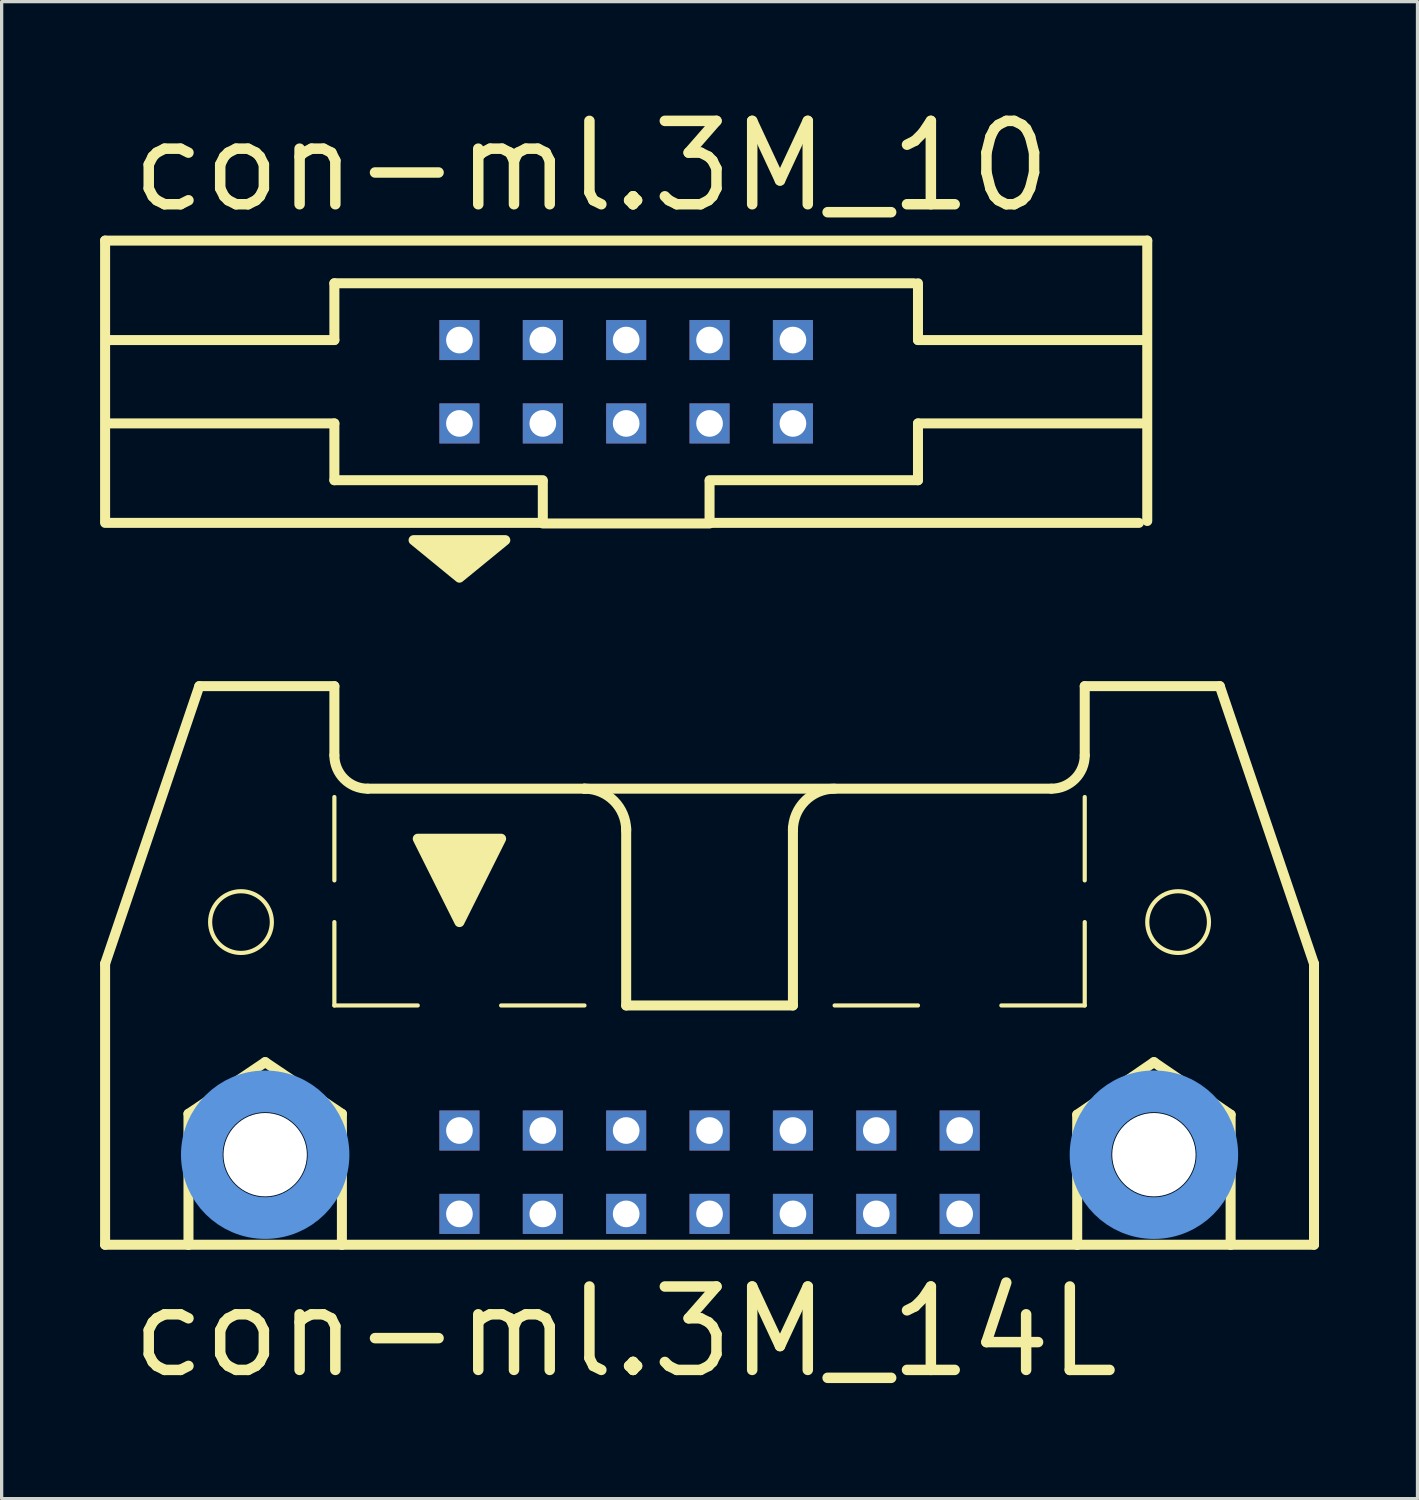
<source format=kicad_pcb>
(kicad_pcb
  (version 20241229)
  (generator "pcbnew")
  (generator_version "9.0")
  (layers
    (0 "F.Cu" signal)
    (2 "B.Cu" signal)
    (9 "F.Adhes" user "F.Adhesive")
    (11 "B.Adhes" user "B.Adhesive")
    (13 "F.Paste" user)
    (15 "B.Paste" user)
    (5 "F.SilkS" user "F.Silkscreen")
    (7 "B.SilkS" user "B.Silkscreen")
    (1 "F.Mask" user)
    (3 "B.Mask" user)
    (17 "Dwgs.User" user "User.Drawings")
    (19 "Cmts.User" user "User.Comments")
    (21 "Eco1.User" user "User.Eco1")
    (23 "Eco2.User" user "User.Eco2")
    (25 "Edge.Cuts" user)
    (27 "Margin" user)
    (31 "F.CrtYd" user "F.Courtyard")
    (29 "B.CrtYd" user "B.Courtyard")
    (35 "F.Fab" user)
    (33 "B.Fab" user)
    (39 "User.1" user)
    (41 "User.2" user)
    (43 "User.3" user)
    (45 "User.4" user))
  (footprint "con-ml.3M_10"
    (layer "F.Cu")
    (at 16.027 8.58)
    (property "Reference" "con-ml.3M_10" (at -15.24 -5.08 0) (layer "F.SilkS") (effects (font (size 2.54 2.54) (thickness 0.32)) (justify left bottom)))
    (attr through_hole)
    (fp_line (start -15.875 -4.3) (end -15.875 4.242) (stroke (width 0.305) (type default)) (layer "F.SilkS"))
    (fp_line (start -15.875 4.3) (end -2.54 4.3) (stroke (width 0.305) (type default)) (layer "F.SilkS"))
    (fp_line (start -8.89 -1.27) (end -15.748 -1.27) (stroke (width 0.305) (type default)) (layer "F.SilkS"))
    (fp_line (start -8.89 -1.27) (end -8.89 -3) (stroke (width 0.305) (type default)) (layer "F.SilkS"))
    (fp_line (start -8.89 1.27) (end -15.748 1.27) (stroke (width 0.305) (type default)) (layer "F.SilkS"))
    (fp_line (start -8.89 3) (end -8.89 1.27) (stroke (width 0.305) (type default)) (layer "F.SilkS"))
    (fp_line (start -2.54 3) (end -8.89 3) (stroke (width 0.305) (type default)) (layer "F.SilkS"))
    (fp_line (start -2.54 4.3) (end -2.54 3.048) (stroke (width 0.305) (type default)) (layer "F.SilkS"))
    (fp_line (start -2.54 4.318) (end 2.54 4.318) (stroke (width 0.305) (type default)) (layer "F.SilkS"))
    (fp_line (start 2.54 3.048) (end 2.54 4.3) (stroke (width 0.305) (type default)) (layer "F.SilkS"))
    (fp_line (start 2.54 4.3) (end 15.621 4.3) (stroke (width 0.305) (type default)) (layer "F.SilkS"))
    (fp_line (start 8.763 -3) (end -8.89 -3) (stroke (width 0.305) (type default)) (layer "F.SilkS"))
    (fp_line (start 8.89 -1.27) (end 8.89 -3) (stroke (width 0.305) (type default)) (layer "F.SilkS"))
    (fp_line (start 8.89 -1.27) (end 15.748 -1.27) (stroke (width 0.305) (type default)) (layer "F.SilkS"))
    (fp_line (start 8.89 1.27) (end 15.748 1.27) (stroke (width 0.305) (type default)) (layer "F.SilkS"))
    (fp_line (start 8.89 3) (end 2.54 3) (stroke (width 0.305) (type default)) (layer "F.SilkS"))
    (fp_line (start 8.89 3) (end 8.89 1.27) (stroke (width 0.305) (type default)) (layer "F.SilkS"))
    (fp_line (start 15.875 -4.3) (end -15.875 -4.3) (stroke (width 0.305) (type default)) (layer "F.SilkS"))
    (fp_line (start 15.875 4.242) (end 15.875 -4.3) (stroke (width 0.305) (type default)) (layer "F.SilkS"))
    (fp_poly (pts (xy -6.477 4.826) (xy -3.683 4.826) (xy -5.08 5.969)) (stroke (width 0.305) (type default)) (fill yes) (layer "F.SilkS"))
    (pad "1" thru_hole rect (at -5.08 1.27) (size 1.219 1.219) (drill 0.813) (layers "*.Cu" "*.Mask"))
    (pad "2" thru_hole rect (at -5.08 -1.27) (size 1.219 1.219) (drill 0.813) (layers "*.Cu" "*.Mask"))
    (pad "3" thru_hole rect (at -2.54 1.27) (size 1.219 1.219) (drill 0.813) (layers "*.Cu" "*.Mask"))
    (pad "4" thru_hole rect (at -2.54 -1.27) (size 1.219 1.219) (drill 0.813) (layers "*.Cu" "*.Mask"))
    (pad "5" thru_hole rect (at 0 1.27) (size 1.219 1.219) (drill 0.813) (layers "*.Cu" "*.Mask"))
    (pad "6" thru_hole rect (at 0 -1.27) (size 1.219 1.219) (drill 0.813) (layers "*.Cu" "*.Mask"))
    (pad "7" thru_hole rect (at 2.54 1.27) (size 1.219 1.219) (drill 0.813) (layers "*.Cu" "*.Mask"))
    (pad "8" thru_hole rect (at 2.54 -1.27) (size 1.219 1.219) (drill 0.813) (layers "*.Cu" "*.Mask"))
    (pad "9" thru_hole rect (at 5.08 1.27) (size 1.219 1.219) (drill 0.813) (layers "*.Cu" "*.Mask"))
    (pad "10" thru_hole rect (at 5.08 -1.27) (size 1.219 1.219) (drill 0.813) (layers "*.Cu" "*.Mask")))
  (footprint "con-ml.3M_14L"
    (layer "F.Cu")
    (at 18.567 28.852)
    (property "Reference" "con-ml.3M_14L" (at -17.78 10.16 0) (layer "F.SilkS") (effects (font (size 2.54 2.54) (thickness 0.32)) (justify left bottom)))
    (attr through_hole)
    (fp_line (start -18.415 -2.54) (end -18.415 6.02) (stroke (width 0.305) (type default)) (layer "F.SilkS"))
    (fp_line (start -18.415 -2.54) (end -15.545 -10.998) (stroke (width 0.305) (type default)) (layer "F.SilkS"))
    (fp_line (start -18.415 6.02) (end -15.875 6.02) (stroke (width 0.305) (type default)) (layer "F.SilkS"))
    (fp_line (start -15.875 2.032) (end -13.538 0.457) (stroke (width 0.305) (type default)) (layer "F.SilkS"))
    (fp_line (start -15.875 6.02) (end -15.875 2.032) (stroke (width 0.305) (type default)) (layer "F.SilkS"))
    (fp_line (start -15.875 6.02) (end -11.201 6.02) (stroke (width 0.305) (type default)) (layer "F.SilkS"))
    (fp_line (start -13.538 0.457) (end -11.201 2.032) (stroke (width 0.305) (type default)) (layer "F.SilkS"))
    (fp_line (start -11.43 -10.998) (end -15.545 -10.998) (stroke (width 0.305) (type default)) (layer "F.SilkS"))
    (fp_line (start -11.43 -8.89) (end -11.43 -10.998) (stroke (width 0.305) (type default)) (layer "F.SilkS"))
    (fp_line (start -11.43 -5.08) (end -11.43 -7.62) (stroke (width 0.127) (type default)) (layer "F.SilkS"))
    (fp_line (start -11.43 -1.27) (end -11.43 -3.81) (stroke (width 0.127) (type default)) (layer "F.SilkS"))
    (fp_line (start -11.43 -1.27) (end -8.89 -1.27) (stroke (width 0.127) (type default)) (layer "F.SilkS"))
    (fp_line (start -11.201 2.032) (end -11.201 6.02) (stroke (width 0.305) (type default)) (layer "F.SilkS"))
    (fp_line (start -11.201 6.02) (end 11.201 6.02) (stroke (width 0.305) (type default)) (layer "F.SilkS"))
    (fp_line (start -6.35 -1.27) (end -3.81 -1.27) (stroke (width 0.127) (type default)) (layer "F.SilkS"))
    (fp_line (start -3.81 -7.874) (end -10.414 -7.874) (stroke (width 0.305) (type default)) (layer "F.SilkS"))
    (fp_line (start -3.81 -7.874) (end 10.414 -7.874) (stroke (width 0.305) (type default)) (layer "F.SilkS"))
    (fp_line (start -2.54 -1.27) (end -2.54 -6.68) (stroke (width 0.305) (type default)) (layer "F.SilkS"))
    (fp_line (start 0 -1.27) (end 2.54 -1.27) (stroke (width 0.127) (type default)) (layer "F.SilkS"))
    (fp_line (start 2.54 -1.27) (end -2.54 -1.27) (stroke (width 0.305) (type default)) (layer "F.SilkS"))
    (fp_line (start 2.54 -1.27) (end 2.54 -6.68) (stroke (width 0.305) (type default)) (layer "F.SilkS"))
    (fp_line (start 6.35 -1.27) (end 3.81 -1.27) (stroke (width 0.127) (type default)) (layer "F.SilkS"))
    (fp_line (start 11.201 2.057) (end 13.538 0.457) (stroke (width 0.305) (type default)) (layer "F.SilkS"))
    (fp_line (start 11.201 6.02) (end 11.201 2.057) (stroke (width 0.305) (type default)) (layer "F.SilkS"))
    (fp_line (start 11.201 6.02) (end 15.875 6.02) (stroke (width 0.305) (type default)) (layer "F.SilkS"))
    (fp_line (start 11.43 -10.998) (end 15.545 -10.998) (stroke (width 0.305) (type default)) (layer "F.SilkS"))
    (fp_line (start 11.43 -8.89) (end 11.43 -10.998) (stroke (width 0.305) (type default)) (layer "F.SilkS"))
    (fp_line (start 11.43 -5.08) (end 11.43 -7.62) (stroke (width 0.127) (type default)) (layer "F.SilkS"))
    (fp_line (start 11.43 -1.27) (end 8.89 -1.27) (stroke (width 0.127) (type default)) (layer "F.SilkS"))
    (fp_line (start 11.43 -1.27) (end 11.43 -3.81) (stroke (width 0.127) (type default)) (layer "F.SilkS"))
    (fp_line (start 13.538 0.457) (end 15.875 2.057) (stroke (width 0.305) (type default)) (layer "F.SilkS"))
    (fp_line (start 15.875 2.057) (end 15.875 6.02) (stroke (width 0.305) (type default)) (layer "F.SilkS"))
    (fp_line (start 15.875 6.02) (end 18.415 6.02) (stroke (width 0.305) (type default)) (layer "F.SilkS"))
    (fp_line (start 18.415 -2.54) (end 15.545 -10.998) (stroke (width 0.305) (type default)) (layer "F.SilkS"))
    (fp_line (start 18.415 6.02) (end 18.415 -2.54) (stroke (width 0.305) (type default)) (layer "F.SilkS"))
    (fp_arc (start -10.414 -7.874) (mid -11.13242 -8.17158) (end -11.43 -8.89) (stroke (width 0.3048) (type default)) (layer "F.SilkS"))
    (fp_arc (start -3.81 -7.874) (mid -2.911974 -7.502026) (end -2.54 -6.604) (stroke (width 0.3048) (type default)) (layer "F.SilkS"))
    (fp_arc (start 2.54 -6.604) (mid 2.911974 -7.502026) (end 3.81 -7.874) (stroke (width 0.3048) (type default)) (layer "F.SilkS"))
    (fp_arc (start 11.43 -8.89) (mid 11.13242 -8.17158) (end 10.414 -7.874) (stroke (width 0.3048) (type default)) (layer "F.SilkS"))
    (fp_circle (center -14.275 -3.81) (end -13.335 -3.81) (stroke (width 0.127) (type default)) (fill no) (layer "F.SilkS"))
    (fp_circle (center 14.275 -3.81) (end 15.215 -3.81) (stroke (width 0.127) (type default)) (fill no) (layer "F.SilkS"))
    (fp_poly (pts (xy -8.89 -6.35) (xy -6.35 -6.35) (xy -7.62 -3.81)) (stroke (width 0.305) (type default)) (fill yes) (layer "F.SilkS"))
    (fp_circle (center -13.538 3.277) (end -11.608 3.277) (stroke (width 1.27) (type default)) (fill no) (layer "Cmts.User"))
    (fp_circle (center 13.538 3.277) (end 15.469 3.277) (stroke (width 1.27) (type default)) (fill no) (layer "Cmts.User"))
    (pad "" np_thru_hole circle (at -13.538 3.277) (size 2.54 2.54) (drill 2.54) (layers "*.Cu" "*.Mask"))
    (pad "" np_thru_hole circle (at 13.538 3.277) (size 2.54 2.54) (drill 2.54) (layers "*.Cu" "*.Mask"))
    (pad "1" thru_hole rect (at -7.62 5.08) (size 1.219 1.219) (drill 0.813) (layers "*.Cu" "*.Mask"))
    (pad "2" thru_hole rect (at -7.62 2.54) (size 1.219 1.219) (drill 0.813) (layers "*.Cu" "*.Mask"))
    (pad "3" thru_hole rect (at -5.08 5.08) (size 1.219 1.219) (drill 0.813) (layers "*.Cu" "*.Mask"))
    (pad "4" thru_hole rect (at -5.08 2.54) (size 1.219 1.219) (drill 0.813) (layers "*.Cu" "*.Mask"))
    (pad "5" thru_hole rect (at -2.54 5.08) (size 1.219 1.219) (drill 0.813) (layers "*.Cu" "*.Mask"))
    (pad "6" thru_hole rect (at -2.54 2.54) (size 1.219 1.219) (drill 0.813) (layers "*.Cu" "*.Mask"))
    (pad "7" thru_hole rect (at 0 5.08) (size 1.219 1.219) (drill 0.813) (layers "*.Cu" "*.Mask"))
    (pad "8" thru_hole rect (at 0 2.54) (size 1.219 1.219) (drill 0.813) (layers "*.Cu" "*.Mask"))
    (pad "9" thru_hole rect (at 2.54 5.08) (size 1.219 1.219) (drill 0.813) (layers "*.Cu" "*.Mask"))
    (pad "10" thru_hole rect (at 2.54 2.54) (size 1.219 1.219) (drill 0.813) (layers "*.Cu" "*.Mask"))
    (pad "11" thru_hole rect (at 5.08 5.08) (size 1.219 1.219) (drill 0.813) (layers "*.Cu" "*.Mask"))
    (pad "12" thru_hole rect (at 5.08 2.54) (size 1.219 1.219) (drill 0.813) (layers "*.Cu" "*.Mask"))
    (pad "13" thru_hole rect (at 7.62 5.08) (size 1.219 1.219) (drill 0.813) (layers "*.Cu" "*.Mask"))
    (pad "14" thru_hole rect (at 7.62 2.54) (size 1.219 1.219) (drill 0.813) (layers "*.Cu" "*.Mask")))
  (gr_rect
    (start -3 -3)
    (end 40.135 42.607)
    (stroke (width 0.1) (type default))
    (fill no)
    (layer "Edge.Cuts")))
</source>
